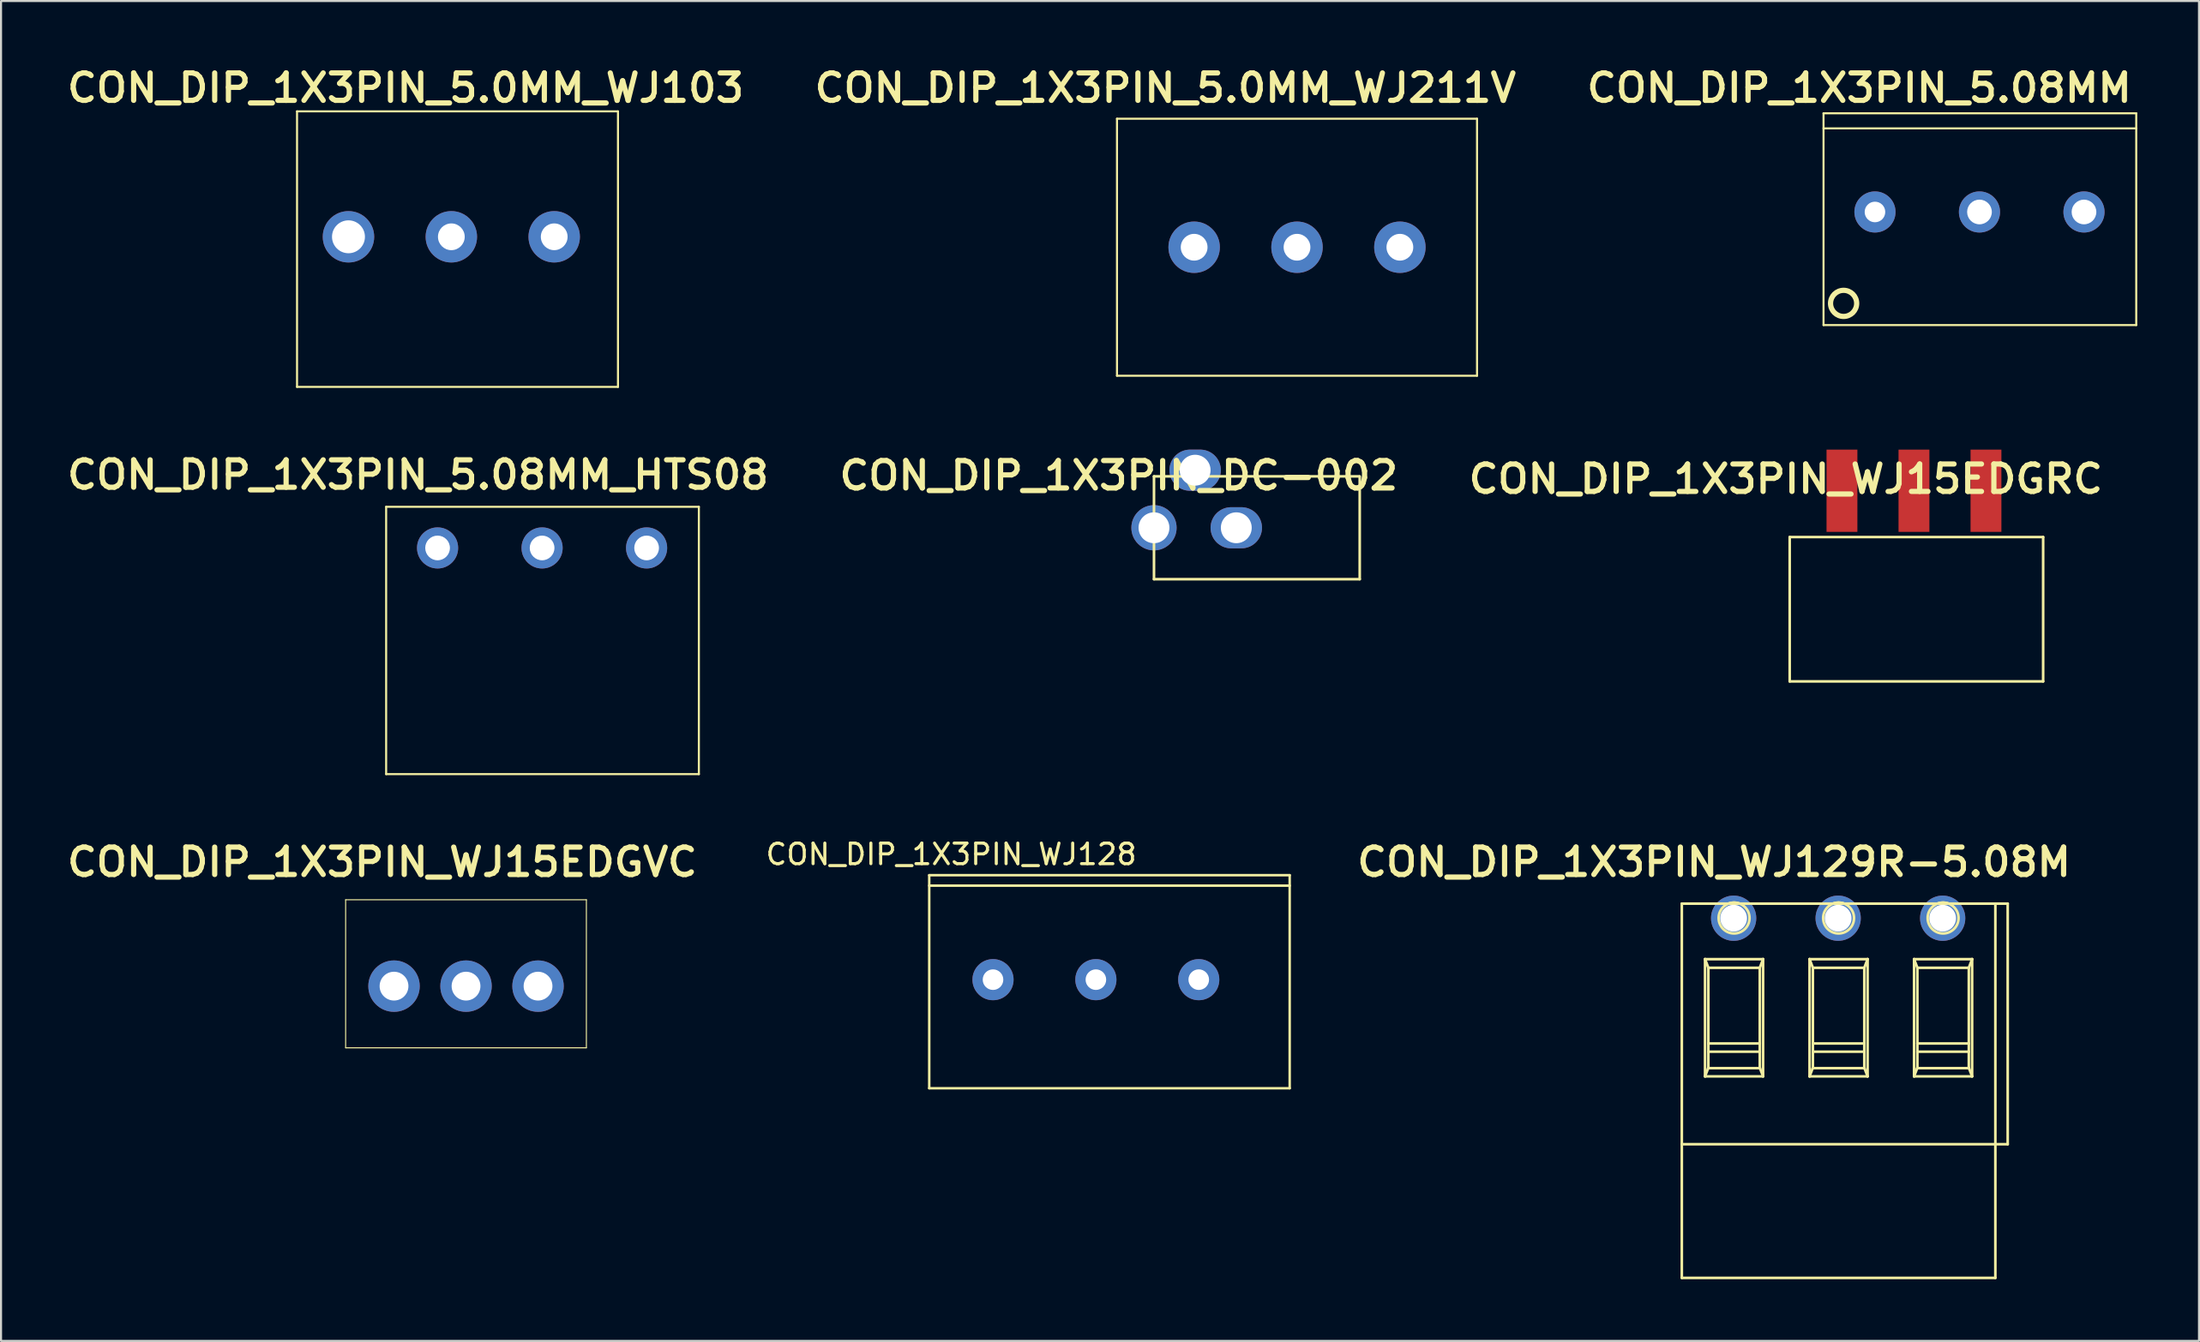
<source format=kicad_pcb>
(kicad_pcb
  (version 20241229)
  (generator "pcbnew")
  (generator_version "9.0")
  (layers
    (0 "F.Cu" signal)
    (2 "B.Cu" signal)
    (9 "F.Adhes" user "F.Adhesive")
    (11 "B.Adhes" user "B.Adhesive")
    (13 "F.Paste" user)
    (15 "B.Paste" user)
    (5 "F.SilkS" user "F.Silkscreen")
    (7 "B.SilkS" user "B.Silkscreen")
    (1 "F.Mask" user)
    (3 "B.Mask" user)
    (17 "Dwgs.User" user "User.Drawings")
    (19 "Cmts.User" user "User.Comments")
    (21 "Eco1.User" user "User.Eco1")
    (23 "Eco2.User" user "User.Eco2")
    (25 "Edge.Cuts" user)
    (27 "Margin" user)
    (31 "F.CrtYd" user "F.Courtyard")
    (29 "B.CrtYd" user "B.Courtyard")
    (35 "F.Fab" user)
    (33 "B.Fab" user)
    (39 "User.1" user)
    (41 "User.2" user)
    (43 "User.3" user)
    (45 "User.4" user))
  (footprint "CON_DIP_1X3PIN_DC-002"
    (layer "F.Cu")
    (at 57.041 22.615)
    (property "Reference" "CON_DIP_1X3PIN_DC-002" (at -5.715 -2.54 0) (unlocked yes) (layer "F.SilkS") (effects (font (size 1.333 1.402) (thickness 0.254))))
    (attr smd)
    (fp_line (start -4 -2.5) (end 5.96 -2.5) (stroke (width 0.127) (type solid)) (layer "F.SilkS"))
    (fp_line (start -4 0) (end -4 -2.5) (stroke (width 0.127) (type solid)) (layer "F.SilkS"))
    (fp_line (start -4 2.5) (end -4 0) (stroke (width 0.127) (type solid)) (layer "F.SilkS"))
    (fp_line (start -4 2.5) (end 6 2.5) (stroke (width 0.127) (type solid)) (layer "F.SilkS"))
    (fp_line (start 6 2.5) (end 6 -2.5) (stroke (width 0.127) (type solid)) (layer "F.SilkS"))
    (pad "1" thru_hole oval (at 0 0 90) (size 2 2.5) (drill 1.5) (layers "*.Cu" "*.Mask"))
    (pad "2" thru_hole circle (at -4 0) (size 2.2 2.2) (drill 1.5) (layers "*.Cu" "*.Mask"))
    (pad "3" thru_hole oval (at -2 -2.8 90) (size 2 2.5) (drill 1.5) (layers "*.Cu" "*.Mask")))
  (footprint "CON_DIP_1X3PIN_WJ129R-5.08M"
    (layer "F.Cu")
    (at 86.042 52.651)
    (property "Reference" "CON_DIP_1X3PIN_WJ129R-5.08M" (at -5.779 -13.78 0) (unlocked yes) (layer "F.SilkS") (effects (font (size 1.333 1.402) (thickness 0.254))))
    (attr smd)
    (fp_line (start -7.345 -11.758) (end 8.495 -11.758) (stroke (width 0.127) (type solid)) (layer "F.SilkS"))
    (fp_line (start -7.345 -0.058) (end 8.495 -0.058) (stroke (width 0.127) (type solid)) (layer "F.SilkS"))
    (fp_line (start -7.345 6.442) (end -7.345 -11.758) (stroke (width 0.127) (type solid)) (layer "F.SilkS"))
    (fp_line (start -7.345 6.442) (end 7.895 6.442) (stroke (width 0.127) (type solid)) (layer "F.SilkS"))
    (fp_line (start -6.216 -9.058) (end -6.055 -8.638) (stroke (width 0.127) (type solid)) (layer "F.SilkS"))
    (fp_line (start -6.216 -9.058) (end -3.395 -9.058) (stroke (width 0.127) (type solid)) (layer "F.SilkS"))
    (fp_line (start -6.216 -3.358) (end -6.216 -9.058) (stroke (width 0.127) (type solid)) (layer "F.SilkS"))
    (fp_line (start -6.216 -3.358) (end -6.063 -3.758) (stroke (width 0.127) (type solid)) (layer "F.SilkS"))
    (fp_line (start -6.216 -3.358) (end -3.395 -3.358) (stroke (width 0.127) (type solid)) (layer "F.SilkS"))
    (fp_line (start -6.063 -3.758) (end -3.548 -3.758) (stroke (width 0.127) (type solid)) (layer "F.SilkS"))
    (fp_line (start -6.055 -8.638) (end -3.555 -8.638) (stroke (width 0.127) (type solid)) (layer "F.SilkS"))
    (fp_line (start -6.055 -4.958) (end -3.555 -4.958) (stroke (width 0.127) (type solid)) (layer "F.SilkS"))
    (fp_line (start -6.055 -4.558) (end -3.555 -4.558) (stroke (width 0.127) (type solid)) (layer "F.SilkS"))
    (fp_line (start -6.055 -3.758) (end -6.055 -8.638) (stroke (width 0.127) (type solid)) (layer "F.SilkS"))
    (fp_line (start -5.072 -11.758) (end -4.539 -11.758) (stroke (width 0.127) (type solid)) (layer "F.SilkS"))
    (fp_line (start -3.555 -8.638) (end -3.395 -9.058) (stroke (width 0.127) (type solid)) (layer "F.SilkS"))
    (fp_line (start -3.555 -3.758) (end -3.555 -8.638) (stroke (width 0.127) (type solid)) (layer "F.SilkS"))
    (fp_line (start -3.548 -3.758) (end -3.395 -3.358) (stroke (width 0.127) (type solid)) (layer "F.SilkS"))
    (fp_line (start -3.395 -3.358) (end -3.395 -9.058) (stroke (width 0.127) (type solid)) (layer "F.SilkS"))
    (fp_line (start -1.136 -9.058) (end -0.975 -8.638) (stroke (width 0.127) (type solid)) (layer "F.SilkS"))
    (fp_line (start -1.136 -9.058) (end 1.685 -9.058) (stroke (width 0.127) (type solid)) (layer "F.SilkS"))
    (fp_line (start -1.136 -3.358) (end -1.136 -9.058) (stroke (width 0.127) (type solid)) (layer "F.SilkS"))
    (fp_line (start -1.136 -3.358) (end -0.983 -3.758) (stroke (width 0.127) (type solid)) (layer "F.SilkS"))
    (fp_line (start -1.136 -3.358) (end 1.685 -3.358) (stroke (width 0.127) (type solid)) (layer "F.SilkS"))
    (fp_line (start -0.983 -3.758) (end 1.532 -3.758) (stroke (width 0.127) (type solid)) (layer "F.SilkS"))
    (fp_line (start -0.975 -8.638) (end 1.525 -8.638) (stroke (width 0.127) (type solid)) (layer "F.SilkS"))
    (fp_line (start -0.975 -4.958) (end 1.525 -4.958) (stroke (width 0.127) (type solid)) (layer "F.SilkS"))
    (fp_line (start -0.975 -4.558) (end 1.525 -4.558) (stroke (width 0.127) (type solid)) (layer "F.SilkS"))
    (fp_line (start -0.975 -3.758) (end -0.975 -8.638) (stroke (width 0.127) (type solid)) (layer "F.SilkS"))
    (fp_line (start 0.008 -11.758) (end 0.541 -11.758) (stroke (width 0.127) (type solid)) (layer "F.SilkS"))
    (fp_line (start 1.525 -8.638) (end 1.685 -9.058) (stroke (width 0.127) (type solid)) (layer "F.SilkS"))
    (fp_line (start 1.525 -3.758) (end 1.525 -8.638) (stroke (width 0.127) (type solid)) (layer "F.SilkS"))
    (fp_line (start 1.532 -3.758) (end 1.685 -3.358) (stroke (width 0.127) (type solid)) (layer "F.SilkS"))
    (fp_line (start 1.685 -3.358) (end 1.685 -9.058) (stroke (width 0.127) (type solid)) (layer "F.SilkS"))
    (fp_line (start 3.944 -9.058) (end 4.105 -8.638) (stroke (width 0.127) (type solid)) (layer "F.SilkS"))
    (fp_line (start 3.944 -9.058) (end 6.765 -9.058) (stroke (width 0.127) (type solid)) (layer "F.SilkS"))
    (fp_line (start 3.944 -3.358) (end 3.944 -9.058) (stroke (width 0.127) (type solid)) (layer "F.SilkS"))
    (fp_line (start 3.944 -3.358) (end 4.097 -3.758) (stroke (width 0.127) (type solid)) (layer "F.SilkS"))
    (fp_line (start 3.944 -3.358) (end 6.765 -3.358) (stroke (width 0.127) (type solid)) (layer "F.SilkS"))
    (fp_line (start 4.097 -3.758) (end 6.612 -3.758) (stroke (width 0.127) (type solid)) (layer "F.SilkS"))
    (fp_line (start 4.105 -8.638) (end 6.605 -8.638) (stroke (width 0.127) (type solid)) (layer "F.SilkS"))
    (fp_line (start 4.105 -4.958) (end 6.605 -4.958) (stroke (width 0.127) (type solid)) (layer "F.SilkS"))
    (fp_line (start 4.105 -4.558) (end 6.605 -4.558) (stroke (width 0.127) (type solid)) (layer "F.SilkS"))
    (fp_line (start 4.105 -3.758) (end 4.105 -8.638) (stroke (width 0.127) (type solid)) (layer "F.SilkS"))
    (fp_line (start 5.088 -11.758) (end 5.621 -11.758) (stroke (width 0.127) (type solid)) (layer "F.SilkS"))
    (fp_line (start 6.605 -8.638) (end 6.765 -9.058) (stroke (width 0.127) (type solid)) (layer "F.SilkS"))
    (fp_line (start 6.605 -3.758) (end 6.605 -8.638) (stroke (width 0.127) (type solid)) (layer "F.SilkS"))
    (fp_line (start 6.612 -3.758) (end 6.765 -3.358) (stroke (width 0.127) (type solid)) (layer "F.SilkS"))
    (fp_line (start 6.765 -3.358) (end 6.765 -9.058) (stroke (width 0.127) (type solid)) (layer "F.SilkS"))
    (fp_line (start 7.895 6.442) (end 7.895 -11.758) (stroke (width 0.127) (type solid)) (layer "F.SilkS"))
    (fp_line (start 8.495 -0.058) (end 8.495 -11.758) (stroke (width 0.127) (type solid)) (layer "F.SilkS"))
    (fp_arc (start -5.07168 -11.759309) (mid -4.80535 -11.80819) (end -4.53902 -11.759309) (stroke (width 0.127) (type solid)) (layer "F.SilkS"))
    (fp_arc (start 0.00833 -11.759309) (mid 0.27466 -11.80819) (end 0.54099 -11.759309) (stroke (width 0.127) (type solid)) (layer "F.SilkS"))
    (fp_arc (start 5.08833 -11.759309) (mid 5.35466 -11.80819) (end 5.62099 -11.759309) (stroke (width 0.127) (type solid)) (layer "F.SilkS"))
    (fp_circle (center -4.805 -11.058) (end -4.055 -11.058) (stroke (width 0.127) (type solid)) (fill no) (layer "F.SilkS"))
    (fp_circle (center 0.275 -11.058) (end 1.025 -11.058) (stroke (width 0.127) (type solid)) (fill no) (layer "F.SilkS"))
    (fp_circle (center 5.355 -11.058) (end 6.105 -11.058) (stroke (width 0.127) (type solid)) (fill no) (layer "F.SilkS"))
    (pad "1" thru_hole circle (at -4.826 -11.049) (size 2.2 2.2) (drill 1.3) (layers "*.Cu" "*.Mask"))
    (pad "2" thru_hole circle (at 0.254 -11.049) (size 2.2 2.2) (drill 1.3) (layers "*.Cu" "*.Mask"))
    (pad "3" thru_hole circle (at 5.334 -11.049) (size 2.2 2.2) (drill 1.3) (layers "*.Cu" "*.Mask")))
  (footprint "CON_DIP_1X3PIN_WJ15EDGRC"
    (layer "F.Cu")
    (at 86.481 20.815)
    (property "Reference" "CON_DIP_1X3PIN_WJ15EDGRC" (at -2.731 -0.572 0) (unlocked yes) (layer "F.SilkS") (effects (font (size 1.333 1.402) (thickness 0.254))))
    (attr smd)
    (fp_line (start -2.54 2.252) (end 9.779 2.252) (stroke (width 0.127) (type solid)) (layer "F.SilkS"))
    (fp_line (start -2.54 9.271) (end -2.54 2.252) (stroke (width 0.127) (type solid)) (layer "F.SilkS"))
    (fp_line (start -2.54 9.271) (end 9.779 9.271) (stroke (width 0.127) (type solid)) (layer "F.SilkS"))
    (fp_line (start 9.779 9.271) (end 9.779 2.252) (stroke (width 0.127) (type solid)) (layer "F.SilkS"))
    (pad "1" smd rect (at 0 0) (size 1.5 4) (layers "F.Cu" "F.Mask" "F.Paste"))
    (pad "2" smd rect (at 3.5 0) (size 1.5 4) (layers "F.Cu" "F.Mask" "F.Paste"))
    (pad "3" smd rect (at 7 0) (size 1.5 4) (layers "F.Cu" "F.Mask" "F.Paste")))
  (footprint "CON_DIP_1X3PIN_5.08MM"
    (layer "F.Cu")
    (at 88.085 7.258)
    (property "Reference" "CON_DIP_1X3PIN_5.08MM" (at -0.762 -6.032 0) (unlocked yes) (layer "F.SilkS") (effects (font (size 1.333 1.402) (thickness 0.254))))
    (attr smd)
    (fp_line (start -2.5 -4.8) (end 12.7 -4.8) (stroke (width 0.1) (type solid)) (layer "F.SilkS"))
    (fp_line (start -2.5 -4.064) (end 12.7 -4.064) (stroke (width 0.1) (type solid)) (layer "F.SilkS"))
    (fp_line (start -2.5 5.5) (end -2.5 -4.8) (stroke (width 0.1) (type solid)) (layer "F.SilkS"))
    (fp_line (start -2.5 5.5) (end 12.7 5.5) (stroke (width 0.1) (type solid)) (layer "F.SilkS"))
    (fp_line (start 12.7 5.5) (end 12.7 -4.8) (stroke (width 0.1) (type solid)) (layer "F.SilkS"))
    (fp_circle (center -1.524 4.445) (end -0.889 4.445) (stroke (width 0.254) (type solid)) (fill no) (layer "F.SilkS"))
    (pad "1" thru_hole circle (at 0 0) (size 2 2) (drill 1) (layers "*.Cu" "*.Mask"))
    (pad "2" thru_hole circle (at 5.08 0) (size 2 2) (drill 1.2) (layers "*.Cu" "*.Mask"))
    (pad "3" thru_hole circle (at 10.16 0) (size 2 2) (drill 1.2) (layers "*.Cu" "*.Mask")))
  (footprint "CON_DIP_1X3PIN_5.0MM_WJ211V"
    (layer "F.Cu")
    (at 54.993 8.973)
    (property "Reference" "CON_DIP_1X3PIN_5.0MM_WJ211V" (at -1.397 -7.747 0) (unlocked yes) (layer "F.SilkS") (effects (font (size 1.333 1.402) (thickness 0.254))))
    (attr smd)
    (fp_line (start -3.75 -6.25) (end 13.75 -6.25) (stroke (width 0.1) (type solid)) (layer "F.SilkS"))
    (fp_line (start -3.75 6.25) (end -3.75 -6.25) (stroke (width 0.1) (type solid)) (layer "F.SilkS"))
    (fp_line (start -3.75 6.25) (end 13.75 6.25) (stroke (width 0.1) (type solid)) (layer "F.SilkS"))
    (fp_line (start 13.75 6.25) (end 13.75 -6.25) (stroke (width 0.1) (type solid)) (layer "F.SilkS"))
    (pad "1" thru_hole circle (at 0 0) (size 2.5 2.5) (drill 1.3) (layers "*.Cu" "*.Mask"))
    (pad "2" thru_hole circle (at 5 0) (size 2.5 2.5) (drill 1.3) (layers "*.Cu" "*.Mask"))
    (pad "3" thru_hole circle (at 10 0) (size 2.5 2.5) (drill 1.3) (layers "*.Cu" "*.Mask")))
  (footprint "CON_DIP_1X3PIN_WJ128"
    (layer "F.Cu")
    (at 50.297 44.59)
    (property "Reference" "CON_DIP_1X3PIN_WJ128" (at -7.112 -6.096 0) (layer "F.SilkS") (effects (font (size 1 1) (thickness 0.15))))
    (attr through_hole)
    (fp_line (start -8.18 -5.08) (end -8.18 5.28) (stroke (width 0.12) (type solid)) (layer "F.SilkS"))
    (fp_line (start -8.18 -5.08) (end 9.34 -5.08) (stroke (width 0.12) (type solid)) (layer "F.SilkS"))
    (fp_line (start -8.18 -4.572) (end 9.34 -4.572) (stroke (width 0.12) (type solid)) (layer "F.SilkS"))
    (fp_line (start 9.34 5.28) (end -8.18 5.28) (stroke (width 0.12) (type solid)) (layer "F.SilkS"))
    (fp_line (start 9.34 5.28) (end 9.34 -5.08) (stroke (width 0.12) (type solid)) (layer "F.SilkS"))
    (pad "1" thru_hole circle (at -5.08 0) (size 2 2) (drill 1) (layers "*.Cu" "*.Mask"))
    (pad "2" thru_hole circle (at -0.08 0) (size 2 2) (drill 1) (layers "*.Cu" "*.Mask"))
    (pad "3" thru_hole circle (at 4.92 0) (size 2 2) (drill 1) (layers "*.Cu" "*.Mask")))
  (footprint "CON_DIP_1X3PIN_5.0MM_WJ103"
    (layer "F.Cu")
    (at 18.888 8.465)
    (property "Reference" "CON_DIP_1X3PIN_5.0MM_WJ103" (at -2.223 -7.239 0) (unlocked yes) (layer "F.SilkS") (effects (font (size 1.333 1.402) (thickness 0.254))))
    (attr smd)
    (fp_line (start -7.5 -6.1) (end 8.1 -6.1) (stroke (width 0.1) (type solid)) (layer "F.SilkS"))
    (fp_line (start -7.5 7.3) (end -7.5 -6.1) (stroke (width 0.1) (type solid)) (layer "F.SilkS"))
    (fp_line (start -7.5 7.3) (end 8.1 7.3) (stroke (width 0.1) (type solid)) (layer "F.SilkS"))
    (fp_line (start 8.1 7.3) (end 8.1 -6.1) (stroke (width 0.1) (type solid)) (layer "F.SilkS"))
    (pad "1" thru_hole circle (at -5 0) (size 2.5 2.5) (drill 1.6) (layers "*.Cu" "*.Mask"))
    (pad "2" thru_hole circle (at 0 0) (size 2.5 2.5) (drill 1.3) (layers "*.Cu" "*.Mask"))
    (pad "3" thru_hole circle (at 5 0) (size 2.5 2.5) (drill 1.3) (layers "*.Cu" "*.Mask")))
  (footprint "CON_DIP_1X3PIN_WJ15EDGVC"
    (layer "F.Cu")
    (at 19.721 44.841)
    (property "Reference" "CON_DIP_1X3PIN_WJ15EDGVC" (at -4.191 -5.969 0) (unlocked yes) (layer "F.SilkS") (effects (font (size 1.333 1.402) (thickness 0.254))))
    (attr smd)
    (fp_line (start -5.97 -4.136) (end 5.731 -4.136) (stroke (width 0.05) (type solid)) (layer "F.SilkS"))
    (fp_line (start -5.97 3.063) (end -5.97 -4.136) (stroke (width 0.05) (type solid)) (layer "F.SilkS"))
    (fp_line (start -5.97 3.063) (end 5.731 3.063) (stroke (width 0.05) (type solid)) (layer "F.SilkS"))
    (fp_line (start 5.731 3.063) (end 5.731 -4.136) (stroke (width 0.05) (type solid)) (layer "F.SilkS"))
    (pad "1" thru_hole circle (at -3.619 0.064 90) (size 2.5 2.5) (drill 1.4) (layers "*.Cu" "*.Mask"))
    (pad "2" thru_hole circle (at -0.119 0.064 90) (size 2.5 2.5) (drill 1.4) (layers "*.Cu" "*.Mask"))
    (pad "3" thru_hole circle (at 3.381 0.064 90) (size 2.5 2.5) (drill 1.4) (layers "*.Cu" "*.Mask")))
  (footprint "CON_DIP_1X3PIN_5.08MM_HTS08"
    (layer "F.Cu")
    (at 23.108 28.359)
    (property "Reference" "CON_DIP_1X3PIN_5.08MM_HTS08" (at -5.842 -8.319 0) (unlocked yes) (layer "F.SilkS") (effects (font (size 1.333 1.402) (thickness 0.254))))
    (attr smd)
    (fp_line (start -7.389 -6.763) (end 7.811 -6.763) (stroke (width 0.1) (type solid)) (layer "F.SilkS"))
    (fp_line (start -7.389 6.237) (end -7.389 -6.763) (stroke (width 0.1) (type solid)) (layer "F.SilkS"))
    (fp_line (start -7.389 6.237) (end 7.811 6.237) (stroke (width 0.1) (type solid)) (layer "F.SilkS"))
    (fp_line (start 7.811 6.237) (end 7.811 -6.763) (stroke (width 0.1) (type solid)) (layer "F.SilkS"))
    (pad "1" thru_hole circle (at -4.889 -4.763) (size 2 2) (drill 1.2) (layers "*.Cu" "*.Mask"))
    (pad "2" thru_hole circle (at 0.191 -4.763) (size 2 2) (drill 1.2) (layers "*.Cu" "*.Mask"))
    (pad "3" thru_hole circle (at 5.271 -4.763) (size 2 2) (drill 1.2) (layers "*.Cu" "*.Mask")))
  (gr_rect
    (start -3 -3)
    (end 103.835 62.157)
    (stroke (width 0.1) (type default))
    (fill no)
    (layer "Edge.Cuts")))
</source>
